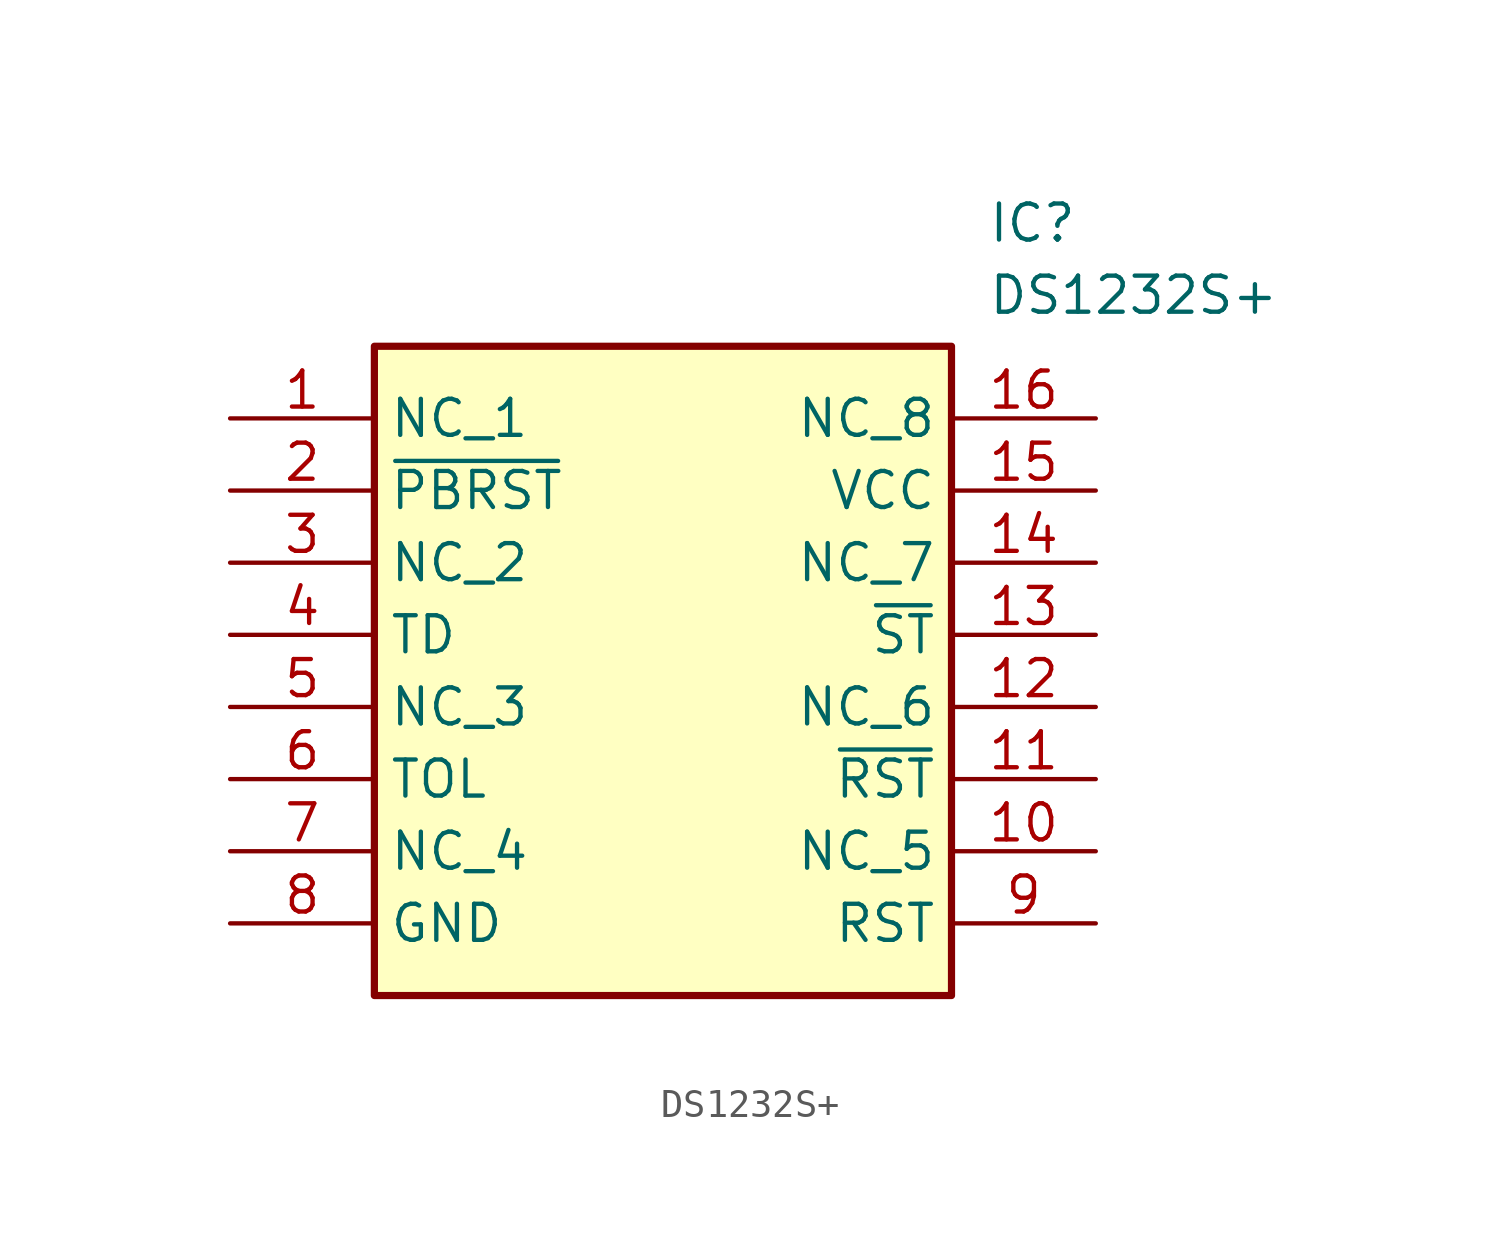
<source format=kicad_sym>
(kicad_symbol_lib
  (version 20211014)
  (generator SamacSys_ECAD_Model)
  (symbol "DS1232S+"
    (property "Reference" "IC"
      (at 26.67 7.62 0)
      (effects (font (size 1.27 1.27)) (justify left top)))
    (property "Value" "DS1232S+"
      (at 26.67 5.08 0)
      (effects (font (size 1.27 1.27)) (justify left top)))
    (rectangle
      (start 5.08 2.54)
      (end 25.4 -20.32)
      (stroke (width 0.254) (type default))
      (fill (type background)))
    (pin passive line
      (at 0 0 0)
      (length 5.08)
      (name "NC_1" (effects (font (size 1.27 1.27))))
      (number "1" (effects (font (size 1.27 1.27)))))
    (pin passive line
      (at 0 -2.54 0)
      (length 5.08)
      (name "~{PBRST}" (effects (font (size 1.27 1.27))))
      (number "2" (effects (font (size 1.27 1.27)))))
    (pin passive line
      (at 0 -5.08 0)
      (length 5.08)
      (name "NC_2" (effects (font (size 1.27 1.27))))
      (number "3" (effects (font (size 1.27 1.27)))))
    (pin passive line
      (at 0 -7.62 0)
      (length 5.08)
      (name "TD" (effects (font (size 1.27 1.27))))
      (number "4" (effects (font (size 1.27 1.27)))))
    (pin passive line
      (at 0 -10.16 0)
      (length 5.08)
      (name "NC_3" (effects (font (size 1.27 1.27))))
      (number "5" (effects (font (size 1.27 1.27)))))
    (pin passive line
      (at 0 -12.7 0)
      (length 5.08)
      (name "TOL" (effects (font (size 1.27 1.27))))
      (number "6" (effects (font (size 1.27 1.27)))))
    (pin passive line
      (at 0 -15.24 0)
      (length 5.08)
      (name "NC_4" (effects (font (size 1.27 1.27))))
      (number "7" (effects (font (size 1.27 1.27)))))
    (pin passive line
      (at 0 -17.78 0)
      (length 5.08)
      (name "GND" (effects (font (size 1.27 1.27))))
      (number "8" (effects (font (size 1.27 1.27)))))
    (pin passive line
      (at 30.48 0 180)
      (length 5.08)
      (name "NC_8" (effects (font (size 1.27 1.27))))
      (number "16" (effects (font (size 1.27 1.27)))))
    (pin passive line
      (at 30.48 -2.54 180)
      (length 5.08)
      (name "VCC" (effects (font (size 1.27 1.27))))
      (number "15" (effects (font (size 1.27 1.27)))))
    (pin passive line
      (at 30.48 -5.08 180)
      (length 5.08)
      (name "NC_7" (effects (font (size 1.27 1.27))))
      (number "14" (effects (font (size 1.27 1.27)))))
    (pin passive line
      (at 30.48 -7.62 180)
      (length 5.08)
      (name "~{ST}" (effects (font (size 1.27 1.27))))
      (number "13" (effects (font (size 1.27 1.27)))))
    (pin passive line
      (at 30.48 -10.16 180)
      (length 5.08)
      (name "NC_6" (effects (font (size 1.27 1.27))))
      (number "12" (effects (font (size 1.27 1.27)))))
    (pin passive line
      (at 30.48 -12.7 180)
      (length 5.08)
      (name "~{RST}" (effects (font (size 1.27 1.27))))
      (number "11" (effects (font (size 1.27 1.27)))))
    (pin passive line
      (at 30.48 -15.24 180)
      (length 5.08)
      (name "NC_5" (effects (font (size 1.27 1.27))))
      (number "10" (effects (font (size 1.27 1.27)))))
    (pin passive line
      (at 30.48 -17.78 180)
      (length 5.08)
      (name "RST" (effects (font (size 1.27 1.27))))
      (number "9" (effects (font (size 1.27 1.27)))))))
</source>
